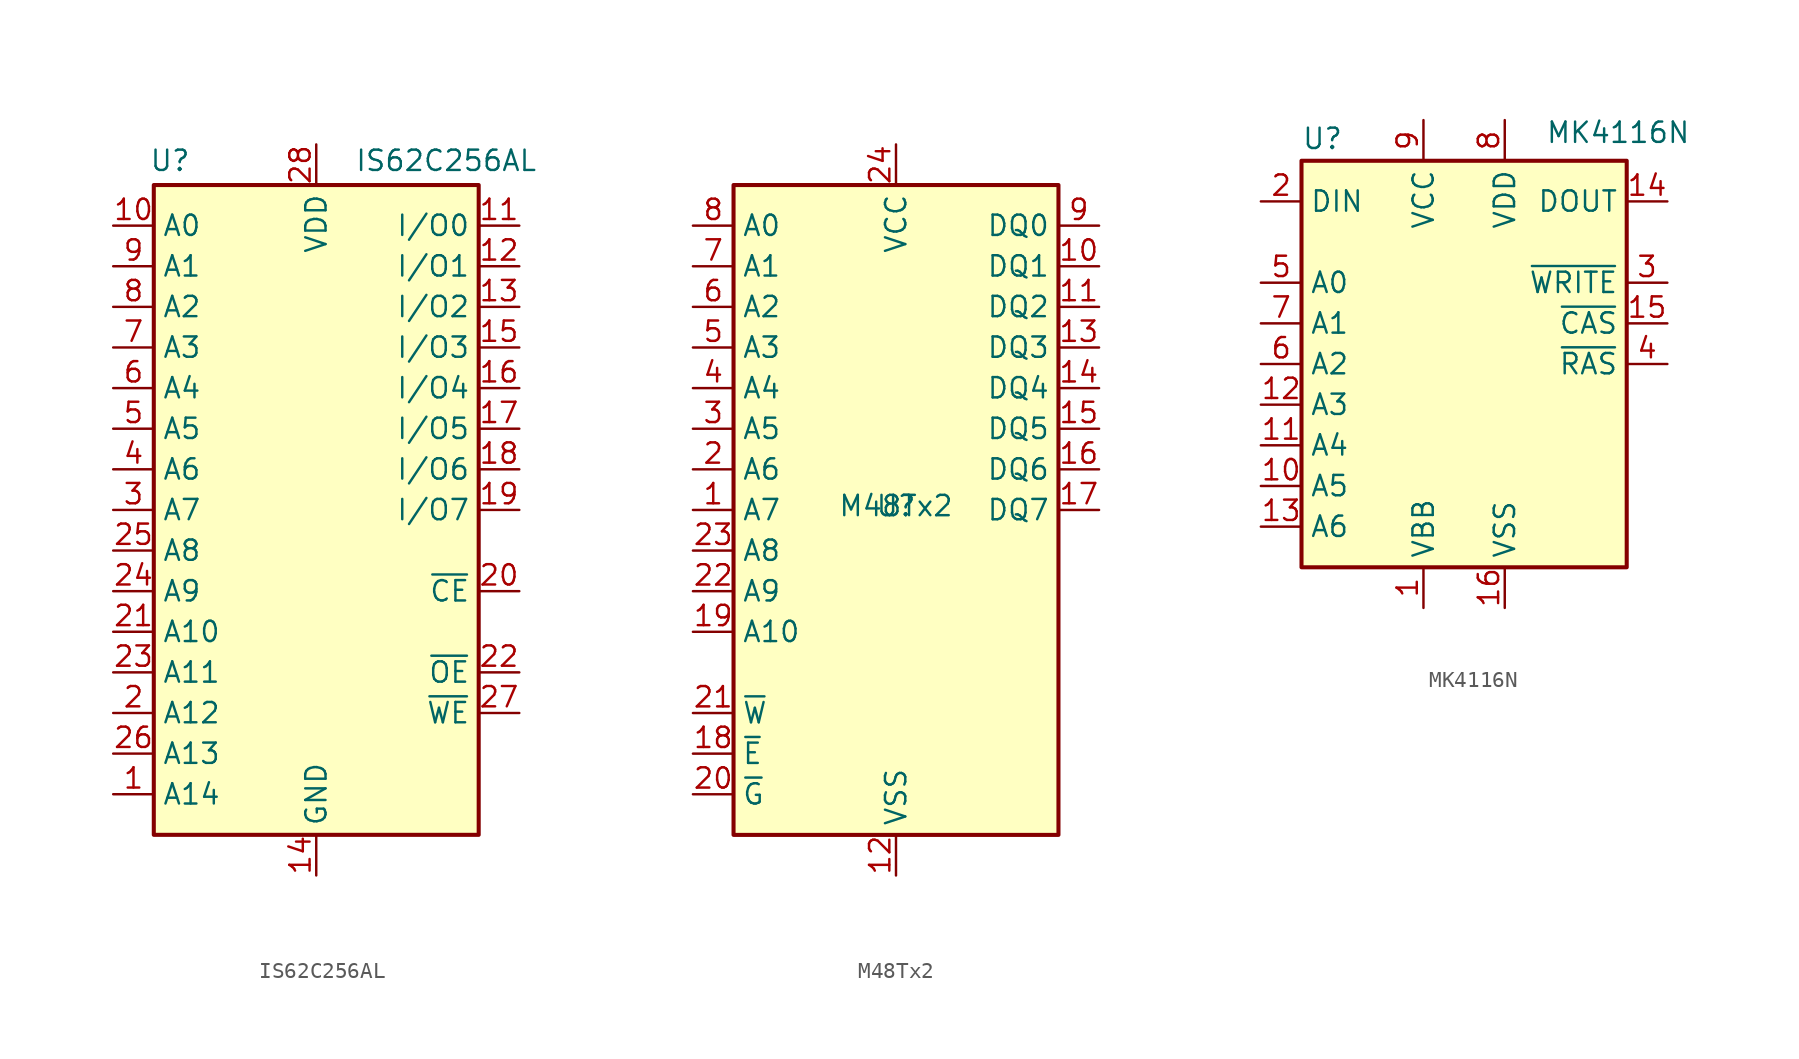
<source format=kicad_sym>
(kicad_symbol_lib
  (version 20241209)
  (generator "kicad_symbol_editor")
  (generator_version "9.0")
  (symbol "IS62C256AL"
    (property "Reference" "U"
      (at -9.144 21.844 0)
      (effects (font (size 1.27 1.27))))
    (property "Value" "IS62C256AL"
      (at 8.128 21.844 0)
      (effects (font (size 1.27 1.27))))
    (symbol "IS62C256AL_0_0"
      (pin power_in line (at 0 -22.86 90) (length 2.54) (name "GND" (effects (font (size 1.27 1.27)))) (number "14" (effects (font (size 1.27 1.27))))))
    (symbol "IS62C256AL_0_1"
      (rectangle (start -10.16 20.32) (end 10.16 -20.32) (stroke (width 0.254) (type default)) (fill (type background))))
    (symbol "IS62C256AL_1_0"
      (pin power_in line (at 0 22.86 270) (length 2.54) (name "VDD" (effects (font (size 1.27 1.27)))) (number "28" (effects (font (size 1.27 1.27))))))
    (symbol "IS62C256AL_1_1"
      (pin input line (at -12.7 17.78 0) (length 2.54) (name "A0" (effects (font (size 1.27 1.27)))) (number "10" (effects (font (size 1.27 1.27)))))
      (pin input line (at -12.7 15.24 0) (length 2.54) (name "A1" (effects (font (size 1.27 1.27)))) (number "9" (effects (font (size 1.27 1.27)))))
      (pin input line (at -12.7 12.7 0) (length 2.54) (name "A2" (effects (font (size 1.27 1.27)))) (number "8" (effects (font (size 1.27 1.27)))))
      (pin input line (at -12.7 10.16 0) (length 2.54) (name "A3" (effects (font (size 1.27 1.27)))) (number "7" (effects (font (size 1.27 1.27)))))
      (pin input line (at -12.7 7.62 0) (length 2.54) (name "A4" (effects (font (size 1.27 1.27)))) (number "6" (effects (font (size 1.27 1.27)))))
      (pin input line (at -12.7 5.08 0) (length 2.54) (name "A5" (effects (font (size 1.27 1.27)))) (number "5" (effects (font (size 1.27 1.27)))))
      (pin input line (at -12.7 2.54 0) (length 2.54) (name "A6" (effects (font (size 1.27 1.27)))) (number "4" (effects (font (size 1.27 1.27)))))
      (pin input line (at -12.7 0 0) (length 2.54) (name "A7" (effects (font (size 1.27 1.27)))) (number "3" (effects (font (size 1.27 1.27)))))
      (pin input line (at -12.7 -2.54 0) (length 2.54) (name "A8" (effects (font (size 1.27 1.27)))) (number "25" (effects (font (size 1.27 1.27)))))
      (pin input line (at -12.7 -5.08 0) (length 2.54) (name "A9" (effects (font (size 1.27 1.27)))) (number "24" (effects (font (size 1.27 1.27)))))
      (pin input line (at -12.7 -7.62 0) (length 2.54) (name "A10" (effects (font (size 1.27 1.27)))) (number "21" (effects (font (size 1.27 1.27)))))
      (pin input line (at -12.7 -10.16 0) (length 2.54) (name "A11" (effects (font (size 1.27 1.27)))) (number "23" (effects (font (size 1.27 1.27)))))
      (pin input line (at -12.7 -12.7 0) (length 2.54) (name "A12" (effects (font (size 1.27 1.27)))) (number "2" (effects (font (size 1.27 1.27)))))
      (pin input line (at -12.7 -15.24 0) (length 2.54) (name "A13" (effects (font (size 1.27 1.27)))) (number "26" (effects (font (size 1.27 1.27)))))
      (pin input line (at -12.7 -17.78 0) (length 2.54) (name "A14" (effects (font (size 1.27 1.27)))) (number "1" (effects (font (size 1.27 1.27)))))
      (pin tri_state line (at 12.7 17.78 180) (length 2.54) (name "I/O0" (effects (font (size 1.27 1.27)))) (number "11" (effects (font (size 1.27 1.27)))))
      (pin tri_state line (at 12.7 15.24 180) (length 2.54) (name "I/O1" (effects (font (size 1.27 1.27)))) (number "12" (effects (font (size 1.27 1.27)))))
      (pin tri_state line (at 12.7 12.7 180) (length 2.54) (name "I/O2" (effects (font (size 1.27 1.27)))) (number "13" (effects (font (size 1.27 1.27)))))
      (pin tri_state line (at 12.7 10.16 180) (length 2.54) (name "I/O3" (effects (font (size 1.27 1.27)))) (number "15" (effects (font (size 1.27 1.27)))))
      (pin tri_state line (at 12.7 7.62 180) (length 2.54) (name "I/O4" (effects (font (size 1.27 1.27)))) (number "16" (effects (font (size 1.27 1.27)))))
      (pin tri_state line (at 12.7 5.08 180) (length 2.54) (name "I/O5" (effects (font (size 1.27 1.27)))) (number "17" (effects (font (size 1.27 1.27)))))
      (pin tri_state line (at 12.7 2.54 180) (length 2.54) (name "I/O6" (effects (font (size 1.27 1.27)))) (number "18" (effects (font (size 1.27 1.27)))))
      (pin tri_state line (at 12.7 0 180) (length 2.54) (name "I/O7" (effects (font (size 1.27 1.27)))) (number "19" (effects (font (size 1.27 1.27)))))
      (pin input line (at 12.7 -5.08 180) (length 2.54) (name "~{CE}" (effects (font (size 1.27 1.27)))) (number "20" (effects (font (size 1.27 1.27)))))
      (pin input line (at 12.7 -10.16 180) (length 2.54) (name "~{OE}" (effects (font (size 1.27 1.27)))) (number "22" (effects (font (size 1.27 1.27)))))
      (pin input line (at 12.7 -12.7 180) (length 2.54) (name "~{WE}" (effects (font (size 1.27 1.27)))) (number "27" (effects (font (size 1.27 1.27)))))))
  (symbol "M48Tx2"
    (property "Reference" "U"
      (at 0 0.254 0)
      (effects (font (size 1.27 1.27))))
    (property "Value" "M48Tx2"
      (at 0 0.254 0)
      (effects (font (size 1.27 1.27))))
    (symbol "M48Tx2_1_1"
      (rectangle (start -10.16 20.32) (end 10.16 -20.32) (stroke (width 0.254) (type default)) (fill (type background)))
      (pin input line (at -12.7 17.78 0) (length 2.54) (name "A0" (effects (font (size 1.27 1.27)))) (number "8" (effects (font (size 1.27 1.27)))))
      (pin input line (at -12.7 15.24 0) (length 2.54) (name "A1" (effects (font (size 1.27 1.27)))) (number "7" (effects (font (size 1.27 1.27)))))
      (pin input line (at -12.7 12.7 0) (length 2.54) (name "A2" (effects (font (size 1.27 1.27)))) (number "6" (effects (font (size 1.27 1.27)))))
      (pin input line (at -12.7 10.16 0) (length 2.54) (name "A3" (effects (font (size 1.27 1.27)))) (number "5" (effects (font (size 1.27 1.27)))))
      (pin input line (at -12.7 7.62 0) (length 2.54) (name "A4" (effects (font (size 1.27 1.27)))) (number "4" (effects (font (size 1.27 1.27)))))
      (pin input line (at -12.7 5.08 0) (length 2.54) (name "A5" (effects (font (size 1.27 1.27)))) (number "3" (effects (font (size 1.27 1.27)))))
      (pin input line (at -12.7 2.54 0) (length 2.54) (name "A6" (effects (font (size 1.27 1.27)))) (number "2" (effects (font (size 1.27 1.27)))))
      (pin input line (at -12.7 0 0) (length 2.54) (name "A7" (effects (font (size 1.27 1.27)))) (number "1" (effects (font (size 1.27 1.27)))))
      (pin input line (at -12.7 -2.54 0) (length 2.54) (name "A8" (effects (font (size 1.27 1.27)))) (number "23" (effects (font (size 1.27 1.27)))))
      (pin input line (at -12.7 -5.08 0) (length 2.54) (name "A9" (effects (font (size 1.27 1.27)))) (number "22" (effects (font (size 1.27 1.27)))))
      (pin input line (at -12.7 -7.62 0) (length 2.54) (name "A10" (effects (font (size 1.27 1.27)))) (number "19" (effects (font (size 1.27 1.27)))))
      (pin input line (at -12.7 -12.7 0) (length 2.54) (name "~{W}" (effects (font (size 1.27 1.27)))) (number "21" (effects (font (size 1.27 1.27)))))
      (pin input line (at -12.7 -15.24 0) (length 2.54) (name "~{E}" (effects (font (size 1.27 1.27)))) (number "18" (effects (font (size 1.27 1.27)))))
      (pin input line (at -12.7 -17.78 0) (length 2.54) (name "~{G}" (effects (font (size 1.27 1.27)))) (number "20" (effects (font (size 1.27 1.27)))))
      (pin power_in line (at 0 22.86 270) (length 2.54) (name "VCC" (effects (font (size 1.27 1.27)))) (number "24" (effects (font (size 1.27 1.27)))))
      (pin power_in line (at 0 -22.86 90) (length 2.54) (name "VSS" (effects (font (size 1.27 1.27)))) (number "12" (effects (font (size 1.27 1.27)))))
      (pin bidirectional line (at 12.7 17.78 180) (length 2.54) (name "DQ0" (effects (font (size 1.27 1.27)))) (number "9" (effects (font (size 1.27 1.27)))))
      (pin bidirectional line (at 12.7 15.24 180) (length 2.54) (name "DQ1" (effects (font (size 1.27 1.27)))) (number "10" (effects (font (size 1.27 1.27)))))
      (pin bidirectional line (at 12.7 12.7 180) (length 2.54) (name "DQ2" (effects (font (size 1.27 1.27)))) (number "11" (effects (font (size 1.27 1.27)))))
      (pin bidirectional line (at 12.7 10.16 180) (length 2.54) (name "DQ3" (effects (font (size 1.27 1.27)))) (number "13" (effects (font (size 1.27 1.27)))))
      (pin bidirectional line (at 12.7 7.62 180) (length 2.54) (name "DQ4" (effects (font (size 1.27 1.27)))) (number "14" (effects (font (size 1.27 1.27)))))
      (pin bidirectional line (at 12.7 5.08 180) (length 2.54) (name "DQ5" (effects (font (size 1.27 1.27)))) (number "15" (effects (font (size 1.27 1.27)))))
      (pin bidirectional line (at 12.7 2.54 180) (length 2.54) (name "DQ6" (effects (font (size 1.27 1.27)))) (number "16" (effects (font (size 1.27 1.27)))))
      (pin bidirectional line (at 12.7 0 180) (length 2.54) (name "DQ7" (effects (font (size 1.27 1.27)))) (number "17" (effects (font (size 1.27 1.27)))))))
  (symbol "MK4116N"
    (property "Reference" "U"
      (at -10.16 13.335 0)
      (effects (font (size 1.27 1.27)) (justify left bottom)))
    (property "Value" "MK4116N"
      (at 5.08 13.716 0)
      (effects (font (size 1.27 1.27)) (justify left bottom)))
    (symbol "MK4116N_0_0"
      (pin power_in line (at -2.54 15.24 270) (length 2.54) (name "VCC" (effects (font (size 1.27 1.27)))) (number "9" (effects (font (size 1.27 1.27)))))
      (pin power_in line (at -2.54 -15.24 90) (length 2.54) (name "VBB" (effects (font (size 1.27 1.27)))) (number "1" (effects (font (size 1.27 1.27)))))
      (pin power_in line (at 2.54 15.24 270) (length 2.54) (name "VDD" (effects (font (size 1.27 1.27)))) (number "8" (effects (font (size 1.27 1.27)))))
      (pin power_in line (at 2.54 -15.24 90) (length 2.54) (name "VSS" (effects (font (size 1.27 1.27)))) (number "16" (effects (font (size 1.27 1.27))))))
    (symbol "MK4116N_0_1"
      (rectangle (start -10.16 12.7) (end 10.16 -12.7) (stroke (width 0.254) (type default)) (fill (type background))))
    (symbol "MK4116N_1_1"
      (pin input line (at -12.7 10.16 0) (length 2.54) (name "DIN" (effects (font (size 1.27 1.27)))) (number "2" (effects (font (size 1.27 1.27)))))
      (pin input line (at -12.7 5.08 0) (length 2.54) (name "A0" (effects (font (size 1.27 1.27)))) (number "5" (effects (font (size 1.27 1.27)))))
      (pin input line (at -12.7 2.54 0) (length 2.54) (name "A1" (effects (font (size 1.27 1.27)))) (number "7" (effects (font (size 1.27 1.27)))))
      (pin input line (at -12.7 0 0) (length 2.54) (name "A2" (effects (font (size 1.27 1.27)))) (number "6" (effects (font (size 1.27 1.27)))))
      (pin input line (at -12.7 -2.54 0) (length 2.54) (name "A3" (effects (font (size 1.27 1.27)))) (number "12" (effects (font (size 1.27 1.27)))))
      (pin input line (at -12.7 -5.08 0) (length 2.54) (name "A4" (effects (font (size 1.27 1.27)))) (number "11" (effects (font (size 1.27 1.27)))))
      (pin input line (at -12.7 -7.62 0) (length 2.54) (name "A5" (effects (font (size 1.27 1.27)))) (number "10" (effects (font (size 1.27 1.27)))))
      (pin input line (at -12.7 -10.16 0) (length 2.54) (name "A6" (effects (font (size 1.27 1.27)))) (number "13" (effects (font (size 1.27 1.27)))))
      (pin tri_state line (at 12.7 10.16 180) (length 2.54) (name "DOUT" (effects (font (size 1.27 1.27)))) (number "14" (effects (font (size 1.27 1.27)))))
      (pin input line (at 12.7 5.08 180) (length 2.54) (name "~{WRITE}" (effects (font (size 1.27 1.27)))) (number "3" (effects (font (size 1.27 1.27)))))
      (pin input line (at 12.7 2.54 180) (length 2.54) (name "~{CAS}" (effects (font (size 1.27 1.27)))) (number "15" (effects (font (size 1.27 1.27)))))
      (pin input line (at 12.7 0 180) (length 2.54) (name "~{RAS}" (effects (font (size 1.27 1.27)))) (number "4" (effects (font (size 1.27 1.27))))))))
</source>
